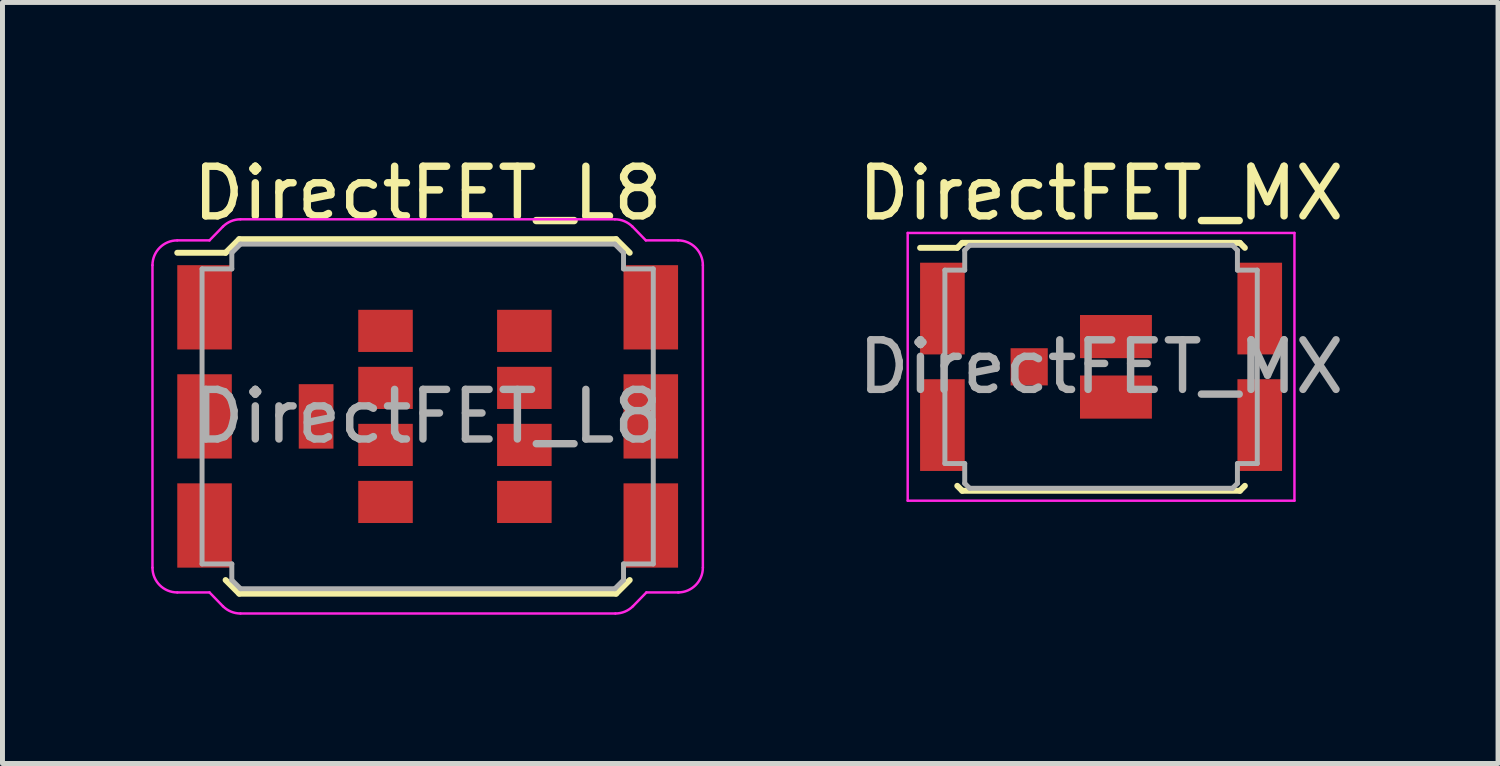
<source format=kicad_pcb>
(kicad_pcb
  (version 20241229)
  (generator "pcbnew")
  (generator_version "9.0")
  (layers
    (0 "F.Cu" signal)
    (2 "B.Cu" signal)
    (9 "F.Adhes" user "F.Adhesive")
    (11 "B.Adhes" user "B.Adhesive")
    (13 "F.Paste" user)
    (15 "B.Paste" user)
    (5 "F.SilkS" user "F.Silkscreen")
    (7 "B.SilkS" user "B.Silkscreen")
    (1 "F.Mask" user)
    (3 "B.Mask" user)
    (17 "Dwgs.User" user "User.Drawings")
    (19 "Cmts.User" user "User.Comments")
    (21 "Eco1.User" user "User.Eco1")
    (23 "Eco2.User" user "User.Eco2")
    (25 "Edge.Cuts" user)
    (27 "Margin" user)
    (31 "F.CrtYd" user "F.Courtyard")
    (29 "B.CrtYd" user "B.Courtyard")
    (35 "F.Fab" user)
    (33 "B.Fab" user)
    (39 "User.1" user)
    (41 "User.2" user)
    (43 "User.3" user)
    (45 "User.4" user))
  (footprint "DirectFET_L8"
    (layer "F.Cu")
    (at 5.575 5.348)
    (property "Reference" "DirectFET_L8" (at 0 -4.5 180) (layer "F.SilkS") (effects (font (size 1 1) (thickness 0.15))))
    (attr smd)
    (fp_line (start -5.05 -3.3) (end -4.075 -3.3) (stroke (width 0.12) (type solid)) (layer "F.SilkS"))
    (fp_line (start -4.075 -3.3) (end -3.8 -3.575) (stroke (width 0.12) (type solid)) (layer "F.SilkS"))
    (fp_line (start -4.075 3.3) (end -3.8 3.575) (stroke (width 0.12) (type solid)) (layer "F.SilkS"))
    (fp_line (start 3.8 -3.575) (end -3.8 -3.575) (stroke (width 0.12) (type solid)) (layer "F.SilkS"))
    (fp_line (start 3.8 3.575) (end -3.8 3.575) (stroke (width 0.12) (type solid)) (layer "F.SilkS"))
    (fp_line (start 4.075 -3.3) (end 3.8 -3.575) (stroke (width 0.12) (type solid)) (layer "F.SilkS"))
    (fp_line (start 4.075 3.3) (end 3.8 3.575) (stroke (width 0.12) (type solid)) (layer "F.SilkS"))
    (fp_line (start -5.55 -3.05) (end -5.55 3.05) (stroke (width 0.05) (type solid)) (layer "F.CrtYd"))
    (fp_line (start -4.4 -3.55) (end -5.05 -3.55) (stroke (width 0.05) (type solid)) (layer "F.CrtYd"))
    (fp_line (start -4.4 -3.55) (end -4.129 -3.829) (stroke (width 0.05) (type solid)) (layer "F.CrtYd"))
    (fp_line (start -4.4 3.55) (end -5.05 3.55) (stroke (width 0.05) (type solid)) (layer "F.CrtYd"))
    (fp_line (start -4.4 3.55) (end -4.129 3.829) (stroke (width 0.05) (type solid)) (layer "F.CrtYd"))
    (fp_line (start 3.775 -3.975) (end -3.775 -3.975) (stroke (width 0.05) (type solid)) (layer "F.CrtYd"))
    (fp_line (start 3.786 3.975) (end -3.775 3.975) (stroke (width 0.05) (type solid)) (layer "F.CrtYd"))
    (fp_line (start 4.4 -3.55) (end 4.129 -3.829) (stroke (width 0.05) (type solid)) (layer "F.CrtYd"))
    (fp_line (start 4.4 -3.55) (end 5.05 -3.55) (stroke (width 0.05) (type solid)) (layer "F.CrtYd"))
    (fp_line (start 4.411 3.55) (end 4.139 3.829) (stroke (width 0.05) (type solid)) (layer "F.CrtYd"))
    (fp_line (start 4.411 3.55) (end 5.061 3.55) (stroke (width 0.05) (type solid)) (layer "F.CrtYd"))
    (fp_line (start 5.55 -3.05) (end 5.55 3.05) (stroke (width 0.05) (type solid)) (layer "F.CrtYd"))
    (fp_arc (start -5.55 -3.05) (mid -5.403553 -3.403553) (end -5.05 -3.55) (stroke (width 0.05) (type solid)) (layer "F.CrtYd"))
    (fp_arc (start -5.05 3.55) (mid -5.403553 3.403553) (end -5.55 3.05) (stroke (width 0.05) (type solid)) (layer "F.CrtYd"))
    (fp_arc (start -4.128553 -3.828553) (mid -3.966342 -3.936939) (end -3.775 -3.975) (stroke (width 0.05) (type solid)) (layer "F.CrtYd"))
    (fp_arc (start -3.775 3.975) (mid -3.966342 3.93694) (end -4.128553 3.828553) (stroke (width 0.05) (type solid)) (layer "F.CrtYd"))
    (fp_arc (start 3.775 -3.975) (mid 3.966342 -3.93694) (end 4.128553 -3.828553) (stroke (width 0.05) (type solid)) (layer "F.CrtYd"))
    (fp_arc (start 4.139276 3.828553) (mid 3.977065 3.936939) (end 3.785723 3.975) (stroke (width 0.05) (type solid)) (layer "F.CrtYd"))
    (fp_arc (start 5.05 -3.55) (mid 5.403553 -3.403553) (end 5.55 -3.05) (stroke (width 0.05) (type solid)) (layer "F.CrtYd"))
    (fp_arc (start 5.55 3.05) (mid 5.403553 3.403553) (end 5.05 3.55) (stroke (width 0.05) (type solid)) (layer "F.CrtYd"))
    (fp_line (start -4.55 -2.975) (end -4.55 2.975) (stroke (width 0.1) (type solid)) (layer "F.Fab"))
    (fp_line (start -4.55 -2.975) (end -3.95 -2.975) (stroke (width 0.1) (type solid)) (layer "F.Fab"))
    (fp_line (start -4.55 2.975) (end -3.95 2.975) (stroke (width 0.1) (type solid)) (layer "F.Fab"))
    (fp_line (start -3.95 -3.3) (end -3.775 -3.475) (stroke (width 0.1) (type solid)) (layer "F.Fab"))
    (fp_line (start -3.95 -2.975) (end -3.95 -3.3) (stroke (width 0.1) (type solid)) (layer "F.Fab"))
    (fp_line (start -3.95 2.975) (end -3.95 3.3) (stroke (width 0.1) (type solid)) (layer "F.Fab"))
    (fp_line (start -3.95 3.3) (end -3.775 3.475) (stroke (width 0.1) (type solid)) (layer "F.Fab"))
    (fp_line (start 3.775 -3.475) (end -3.775 -3.475) (stroke (width 0.1) (type solid)) (layer "F.Fab"))
    (fp_line (start 3.775 3.475) (end -3.775 3.475) (stroke (width 0.1) (type solid)) (layer "F.Fab"))
    (fp_line (start 3.95 -3.3) (end 3.775 -3.475) (stroke (width 0.1) (type solid)) (layer "F.Fab"))
    (fp_line (start 3.95 -2.975) (end 3.95 -3.3) (stroke (width 0.1) (type solid)) (layer "F.Fab"))
    (fp_line (start 3.95 2.975) (end 3.95 3.3) (stroke (width 0.1) (type solid)) (layer "F.Fab"))
    (fp_line (start 3.95 3.3) (end 3.775 3.475) (stroke (width 0.1) (type solid)) (layer "F.Fab"))
    (fp_line (start 4.55 -2.975) (end 3.95 -2.975) (stroke (width 0.1) (type solid)) (layer "F.Fab"))
    (fp_line (start 4.55 -2.975) (end 4.55 2.975) (stroke (width 0.1) (type solid)) (layer "F.Fab"))
    (fp_line (start 4.55 2.975) (end 3.95 2.975) (stroke (width 0.1) (type solid)) (layer "F.Fab"))
    (fp_text user "${REFERENCE}" (at 0 0 180) (layer "F.Fab") (effects (font (size 1 1) (thickness 0.15))))
    (pad "1" smd rect (at -4.5 -2.2) (size 1.1 1.7) (layers "F.Cu" "F.Mask" "F.Paste"))
    (pad "1" smd rect (at -4.5 0) (size 1.1 1.7) (layers "F.Cu" "F.Mask" "F.Paste"))
    (pad "1" smd rect (at -4.5 2.2) (size 1.1 1.7) (layers "F.Cu" "F.Mask" "F.Paste"))
    (pad "1" smd rect (at 4.5 -2.2) (size 1.1 1.7) (layers "F.Cu" "F.Mask" "F.Paste"))
    (pad "1" smd rect (at 4.5 0) (size 1.1 1.7) (layers "F.Cu" "F.Mask" "F.Paste"))
    (pad "1" smd rect (at 4.5 2.2) (size 1.1 1.7) (layers "F.Cu" "F.Mask" "F.Paste"))
    (pad "2" smd rect (at -2.25 0) (size 0.7 1.3) (layers "F.Cu" "F.Mask" "F.Paste"))
    (pad "3" smd rect (at -0.85 -1.725) (size 1.1 0.85) (layers "F.Cu" "F.Mask" "F.Paste"))
    (pad "3" smd rect (at -0.85 -0.575) (size 1.1 0.85) (layers "F.Cu" "F.Mask" "F.Paste"))
    (pad "3" smd rect (at -0.85 0.575) (size 1.1 0.85) (layers "F.Cu" "F.Mask" "F.Paste"))
    (pad "3" smd rect (at -0.85 1.725) (size 1.1 0.85) (layers "F.Cu" "F.Mask" "F.Paste"))
    (pad "3" smd rect (at 1.95 -1.725) (size 1.1 0.85) (layers "F.Cu" "F.Mask" "F.Paste"))
    (pad "3" smd rect (at 1.95 -0.575) (size 1.1 0.85) (layers "F.Cu" "F.Mask" "F.Paste"))
    (pad "3" smd rect (at 1.95 0.575) (size 1.1 0.85) (layers "F.Cu" "F.Mask" "F.Paste"))
    (pad "3" smd rect (at 1.95 1.725) (size 1.1 0.85) (layers "F.Cu" "F.Mask" "F.Paste")))
  (footprint "DirectFET_MX"
    (layer "F.Cu")
    (at 19.156 4.348)
    (property "Reference" "DirectFET_MX" (at 0 -3.5 180) (layer "F.SilkS") (effects (font (size 1 1) (thickness 0.15))))
    (attr smd)
    (fp_line (start -3.65 -2.4) (end -2.9 -2.4) (stroke (width 0.12) (type solid)) (layer "F.SilkS"))
    (fp_line (start -2.9 -2.4) (end -2.8 -2.5) (stroke (width 0.12) (type solid)) (layer "F.SilkS"))
    (fp_line (start -2.8 -2.5) (end 2.8 -2.5) (stroke (width 0.12) (type solid)) (layer "F.SilkS"))
    (fp_line (start -2.8 2.5) (end -2.9 2.4) (stroke (width 0.12) (type solid)) (layer "F.SilkS"))
    (fp_line (start 2.8 -2.5) (end 2.9 -2.4) (stroke (width 0.12) (type solid)) (layer "F.SilkS"))
    (fp_line (start 2.8 2.5) (end -2.8 2.5) (stroke (width 0.12) (type solid)) (layer "F.SilkS"))
    (fp_line (start 2.9 2.4) (end 2.8 2.5) (stroke (width 0.12) (type solid)) (layer "F.SilkS"))
    (fp_line (start -3.9 -2.7) (end -3.9 2.7) (stroke (width 0.05) (type solid)) (layer "F.CrtYd"))
    (fp_line (start -3.9 2.7) (end 3.9 2.7) (stroke (width 0.05) (type solid)) (layer "F.CrtYd"))
    (fp_line (start 3.9 -2.7) (end -3.9 -2.7) (stroke (width 0.05) (type solid)) (layer "F.CrtYd"))
    (fp_line (start 3.9 2.7) (end 3.9 -2.7) (stroke (width 0.05) (type solid)) (layer "F.CrtYd"))
    (fp_line (start -3.15 -1.95) (end -2.75 -1.95) (stroke (width 0.1) (type solid)) (layer "F.Fab"))
    (fp_line (start -3.15 1.95) (end -3.15 -1.95) (stroke (width 0.1) (type solid)) (layer "F.Fab"))
    (fp_line (start -3.15 1.95) (end -2.75 1.95) (stroke (width 0.1) (type solid)) (layer "F.Fab"))
    (fp_line (start -2.75 -2.35) (end -2.65 -2.45) (stroke (width 0.1) (type solid)) (layer "F.Fab"))
    (fp_line (start -2.75 -1.95) (end -2.75 -2.35) (stroke (width 0.1) (type solid)) (layer "F.Fab"))
    (fp_line (start -2.75 1.95) (end -2.75 2.35) (stroke (width 0.1) (type solid)) (layer "F.Fab"))
    (fp_line (start -2.75 2.35) (end -2.65 2.45) (stroke (width 0.1) (type solid)) (layer "F.Fab"))
    (fp_line (start -2.65 2.45) (end 2.65 2.45) (stroke (width 0.1) (type solid)) (layer "F.Fab"))
    (fp_line (start 2.65 -2.45) (end -2.65 -2.45) (stroke (width 0.1) (type solid)) (layer "F.Fab"))
    (fp_line (start 2.65 -2.45) (end 2.75 -2.35) (stroke (width 0.1) (type solid)) (layer "F.Fab"))
    (fp_line (start 2.75 -2.35) (end 2.75 -1.95) (stroke (width 0.1) (type solid)) (layer "F.Fab"))
    (fp_line (start 2.75 -1.95) (end 3.15 -1.95) (stroke (width 0.1) (type solid)) (layer "F.Fab"))
    (fp_line (start 2.75 1.95) (end 2.75 2.35) (stroke (width 0.1) (type solid)) (layer "F.Fab"))
    (fp_line (start 2.75 2.35) (end 2.65 2.45) (stroke (width 0.1) (type solid)) (layer "F.Fab"))
    (fp_line (start 3.15 -1.95) (end 3.15 1.95) (stroke (width 0.1) (type solid)) (layer "F.Fab"))
    (fp_line (start 3.15 1.95) (end 2.75 1.95) (stroke (width 0.1) (type solid)) (layer "F.Fab"))
    (fp_text user "${REFERENCE}" (at 0 0 180) (layer "F.Fab") (effects (font (size 1 1) (thickness 0.15))))
    (pad "1" smd rect (at -3.2 -1.175) (size 0.9 1.85) (layers "F.Cu" "F.Mask" "F.Paste"))
    (pad "1" smd rect (at -3.2 1.175) (size 0.9 1.85) (layers "F.Cu" "F.Mask" "F.Paste"))
    (pad "1" smd rect (at 3.2 -1.175) (size 0.9 1.85) (layers "F.Cu" "F.Mask" "F.Paste"))
    (pad "1" smd rect (at 3.2 1.175) (size 0.9 1.85) (layers "F.Cu" "F.Mask" "F.Paste"))
    (pad "2" smd rect (at -1.45 0) (size 0.75 0.75) (layers "F.Cu" "F.Mask" "F.Paste"))
    (pad "3" smd rect (at 0.3 -0.61) (size 1.45 0.87) (layers "F.Cu" "F.Mask" "F.Paste"))
    (pad "3" smd rect (at 0.3 0.61) (size 1.45 0.87) (layers "F.Cu" "F.Mask" "F.Paste")))
  (gr_rect
    (start -3 -3)
    (end 27.162 12.348)
    (stroke (width 0.1) (type default))
    (fill no)
    (layer "Edge.Cuts")))
</source>
